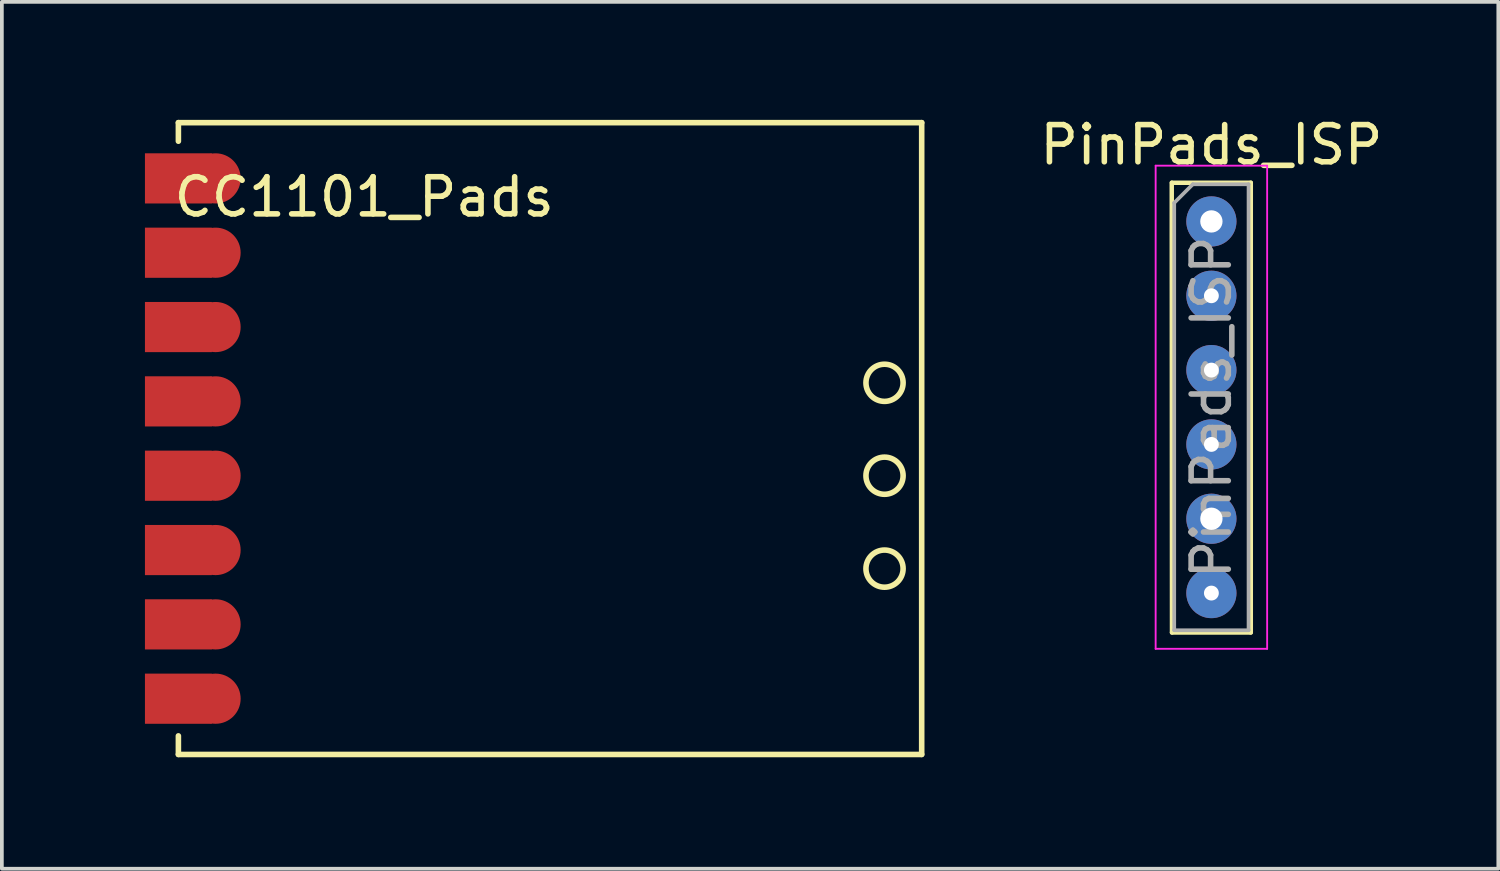
<source format=kicad_pcb>
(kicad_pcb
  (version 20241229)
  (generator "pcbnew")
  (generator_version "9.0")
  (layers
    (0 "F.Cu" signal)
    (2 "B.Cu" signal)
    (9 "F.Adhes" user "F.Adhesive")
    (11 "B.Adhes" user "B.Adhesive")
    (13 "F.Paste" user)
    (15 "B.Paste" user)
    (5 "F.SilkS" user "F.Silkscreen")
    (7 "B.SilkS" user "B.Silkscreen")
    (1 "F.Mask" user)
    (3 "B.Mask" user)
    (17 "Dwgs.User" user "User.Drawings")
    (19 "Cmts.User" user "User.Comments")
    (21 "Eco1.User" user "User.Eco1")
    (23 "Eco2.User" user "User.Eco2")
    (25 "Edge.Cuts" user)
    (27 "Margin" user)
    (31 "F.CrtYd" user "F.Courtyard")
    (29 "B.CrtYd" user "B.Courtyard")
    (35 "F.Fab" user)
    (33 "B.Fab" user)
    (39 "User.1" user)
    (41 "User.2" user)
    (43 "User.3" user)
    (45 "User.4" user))
  (footprint "PinPads_ISP"
    (layer "F.Cu")
    (at 29.545 2.908)
    (property "Reference" "PinPads_ISP" (at 0 -2.06 0) (layer "F.SilkS") (effects (font (size 1 1) (thickness 0.15))))
    (attr through_hole)
    (fp_line (start -1.067 -1.041) (end -1.06 11.06) (stroke (width 0.12) (type solid)) (layer "F.SilkS"))
    (fp_line (start -1.06 -1.041) (end 1.06 -1.041) (stroke (width 0.12) (type solid)) (layer "F.SilkS"))
    (fp_line (start -1.06 11.06) (end 1.06 11.06) (stroke (width 0.12) (type solid)) (layer "F.SilkS"))
    (fp_line (start 1.06 -1.041) (end 1.06 11.06) (stroke (width 0.12) (type solid)) (layer "F.SilkS"))
    (fp_line (start -1.5 -1.5) (end -1.5 11.5) (stroke (width 0.05) (type solid)) (layer "F.CrtYd"))
    (fp_line (start -1.5 11.5) (end 1.5 11.5) (stroke (width 0.05) (type solid)) (layer "F.CrtYd"))
    (fp_line (start 1.5 -1.5) (end -1.5 -1.5) (stroke (width 0.05) (type solid)) (layer "F.CrtYd"))
    (fp_line (start 1.5 11.5) (end 1.5 -1.5) (stroke (width 0.05) (type solid)) (layer "F.CrtYd"))
    (fp_line (start -1 -0.5) (end -0.5 -1) (stroke (width 0.1) (type solid)) (layer "F.Fab"))
    (fp_line (start -1 11) (end -1 -0.5) (stroke (width 0.1) (type solid)) (layer "F.Fab"))
    (fp_line (start -0.5 -1) (end 1 -1) (stroke (width 0.1) (type solid)) (layer "F.Fab"))
    (fp_line (start 1 -1) (end 1 11) (stroke (width 0.1) (type solid)) (layer "F.Fab"))
    (fp_line (start 1 11) (end -1 11) (stroke (width 0.1) (type solid)) (layer "F.Fab"))
    (fp_text user "${REFERENCE}" (at 0 5 90) (layer "F.Fab") (effects (font (size 1 1) (thickness 0.15))))
    (pad "1" thru_hole circle (at 0 0) (size 1.35 1.35) (drill 0.6) (layers "F.Cu" "F.Mask"))
    (pad "2" thru_hole oval (at 0 2) (size 1.35 1.35) (drill 0.4) (layers "F.Cu" "F.Mask"))
    (pad "3" thru_hole oval (at 0 4) (size 1.35 1.35) (drill 0.4) (layers "F.Cu" "F.Mask"))
    (pad "4" thru_hole oval (at 0 6) (size 1.35 1.35) (drill 0.4) (layers "F.Cu" "F.Mask"))
    (pad "5" thru_hole circle (at 0 8) (size 1.35 1.35) (drill 0.6) (layers "F.Cu" "F.Mask"))
    (pad "6" thru_hole oval (at 0 10) (size 1.35 1.35) (drill 0.4) (layers "F.Cu" "F.Mask")))
  (footprint "CC1101_Pads"
    (layer "F.Cu")
    (at 0.25 0.25)
    (property "Reference" "CC1101_Pads" (at 6.5 2 0) (layer "F.SilkS") (effects (font (size 1 1) (thickness 0.15))))
    (attr through_hole)
    (fp_line (start 1.5 0) (end 1.5 0.5) (stroke (width 0.15) (type solid)) (layer "F.SilkS"))
    (fp_line (start 1.5 0) (end 21.5 0) (stroke (width 0.15) (type solid)) (layer "F.SilkS"))
    (fp_line (start 1.5 17) (end 1.5 16.5) (stroke (width 0.15) (type solid)) (layer "F.SilkS"))
    (fp_line (start 21.5 0) (end 21.5 17) (stroke (width 0.15) (type solid)) (layer "F.SilkS"))
    (fp_line (start 21.5 17) (end 1.5 17) (stroke (width 0.15) (type solid)) (layer "F.SilkS"))
    (fp_circle (center 20.5 7) (end 20.5 7.5) (stroke (width 0.15) (type solid)) (fill no) (layer "F.SilkS"))
    (fp_circle (center 20.5 9.5) (end 21 9.5) (stroke (width 0.15) (type solid)) (fill no) (layer "F.SilkS"))
    (fp_circle (center 20.5 12) (end 20.5 12.5) (stroke (width 0.15) (type solid)) (fill no) (layer "F.SilkS"))
    (pad "1" connect rect (at 1.5 1.5) (size 1.8 1.35) (layers "F.Cu" "F.Mask"))
    (pad "1" smd circle (at 2.5 1.5) (size 1.35 1.35) (layers "F.Cu" "F.Mask" "F.Paste"))
    (pad "2" connect rect (at 1.5 3.5) (size 1.8 1.35) (layers "F.Cu" "F.Mask"))
    (pad "2" smd circle (at 2.5 3.5) (size 1.35 1.35) (layers "F.Cu" "F.Mask" "F.Paste"))
    (pad "3" connect rect (at 1.5 5.5) (size 1.8 1.35) (layers "F.Cu" "F.Mask"))
    (pad "3" smd circle (at 2.5 5.5) (size 1.35 1.35) (layers "F.Cu" "F.Mask" "F.Paste"))
    (pad "4" connect rect (at 1.5 7.5) (size 1.8 1.35) (layers "F.Cu" "F.Mask"))
    (pad "4" smd circle (at 2.5 7.5) (size 1.35 1.35) (layers "F.Cu" "F.Mask" "F.Paste"))
    (pad "5" connect rect (at 1.5 9.5) (size 1.8 1.35) (layers "F.Cu" "F.Mask"))
    (pad "5" smd circle (at 2.5 9.5) (size 1.35 1.35) (layers "F.Cu" "F.Mask" "F.Paste"))
    (pad "6" connect rect (at 1.5 11.5) (size 1.8 1.35) (layers "F.Cu" "F.Mask"))
    (pad "6" smd circle (at 2.5 11.5) (size 1.35 1.35) (layers "F.Cu" "F.Mask" "F.Paste"))
    (pad "7" connect rect (at 1.5 13.5) (size 1.8 1.35) (layers "F.Cu" "F.Mask"))
    (pad "7" smd circle (at 2.5 13.5) (size 1.35 1.35) (layers "F.Cu" "F.Mask" "F.Paste"))
    (pad "8" connect rect (at 1.5 15.5) (size 1.8 1.35) (layers "F.Cu" "F.Mask"))
    (pad "8" smd circle (at 2.5 15.5) (size 1.35 1.35) (layers "F.Cu" "F.Mask" "F.Paste")))
  (gr_rect
    (start -3 -3)
    (end 37.265 20.325)
    (stroke (width 0.1) (type default))
    (fill no)
    (layer "Edge.Cuts")))
</source>
